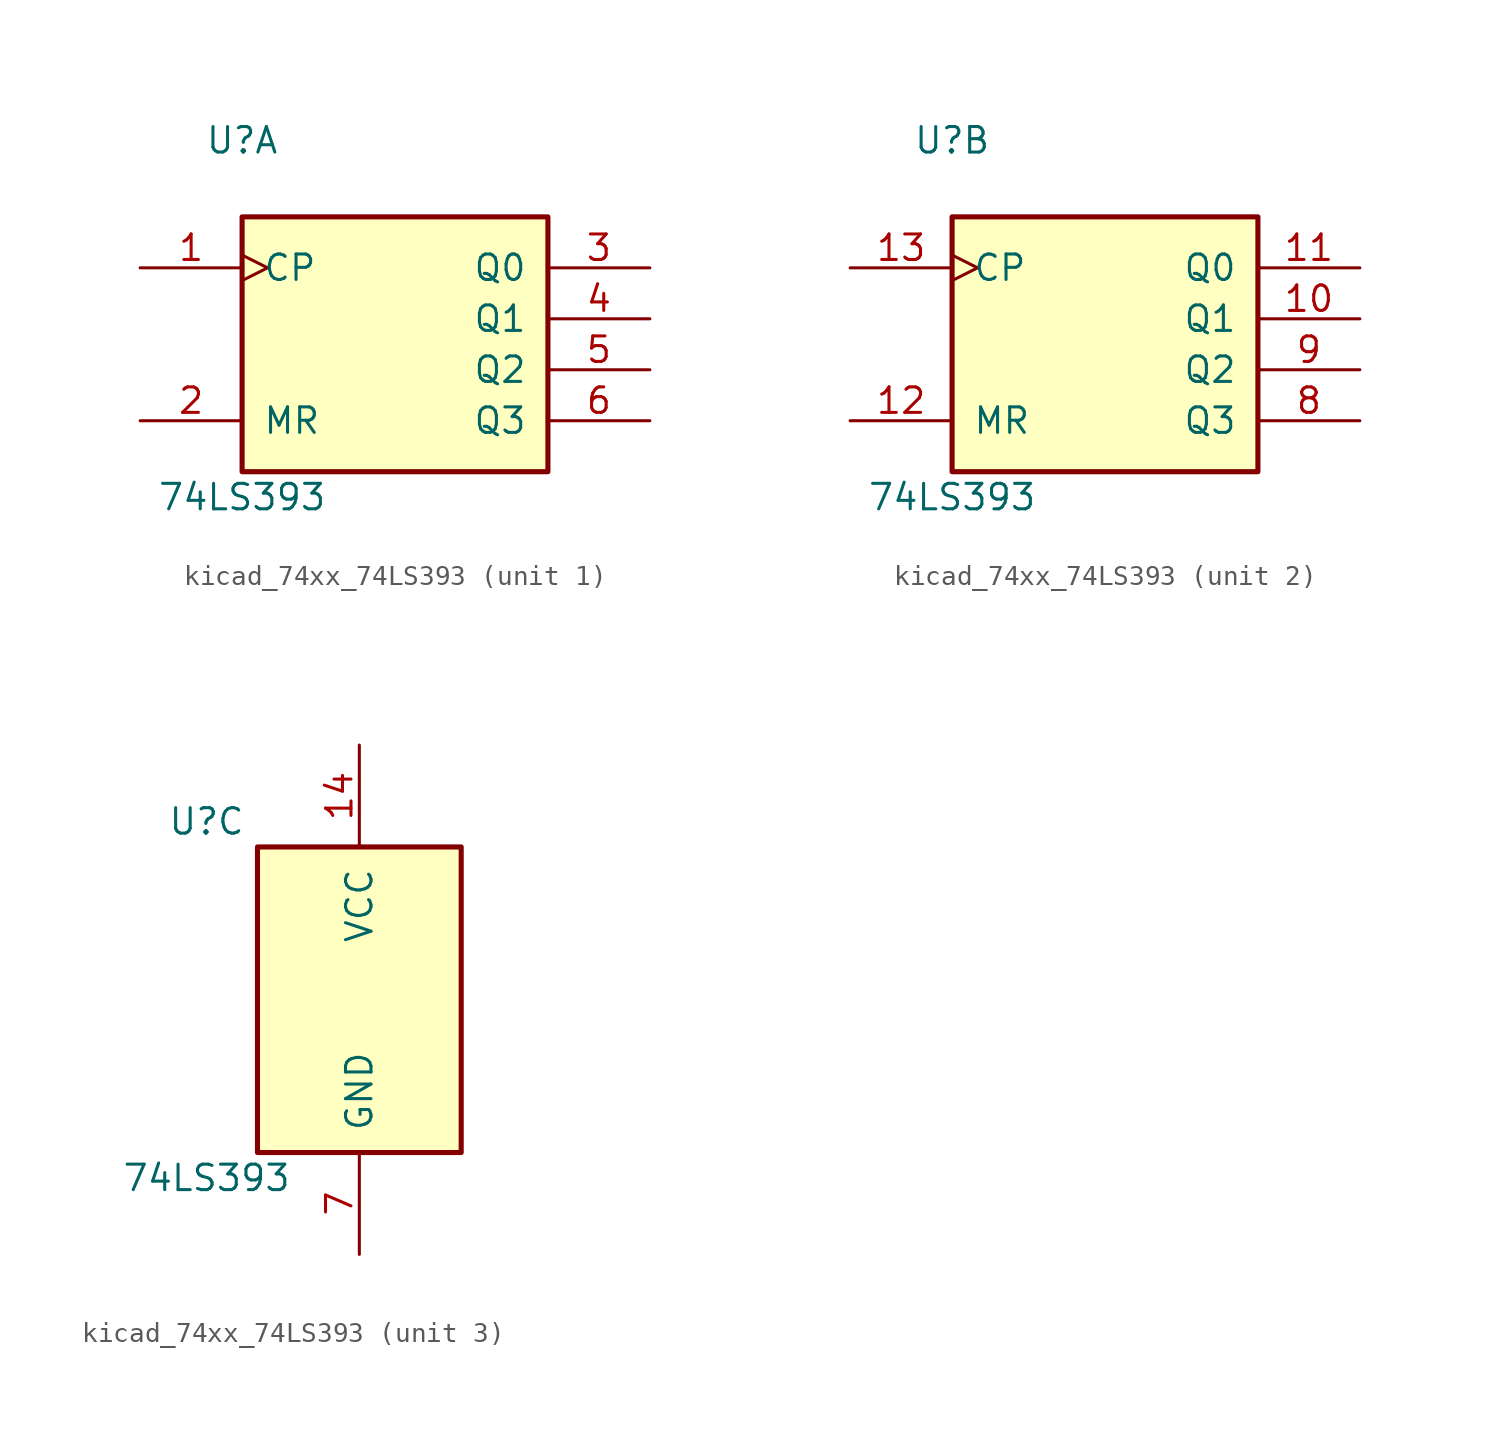
<source format=kicad_sym>
(kicad_symbol_lib
  (version 20220914)
  (generator kicad_symbol_editor)
  (symbol "kicad_74xx_74LS393"
    (pin_names
      (offset 1.016))
    (property "Reference" "U"
      (at -7.62 8.89 0)
      (effects (font (size 1.27 1.27))))
    (property "Value" "74LS393"
      (at -7.62 -8.89 0)
      (effects (font (size 1.27 1.27))))
    (property "ki_locked" ""
      (at 0 0 0)
      (effects (font (size 1.27 1.27))))
    (symbol "kicad_74xx_74LS393_1_0"
      (pin input clock (at -12.7 2.54 0) (length 5.08) (name "CP" (effects (font (size 1.27 1.27)))) (number "1" (effects (font (size 1.27 1.27)))))
      (pin input line (at -12.7 -5.08 0) (length 5.08) (name "MR" (effects (font (size 1.27 1.27)))) (number "2" (effects (font (size 1.27 1.27)))))
      (pin output line (at 12.7 2.54 180) (length 5.08) (name "Q0" (effects (font (size 1.27 1.27)))) (number "3" (effects (font (size 1.27 1.27)))))
      (pin output line (at 12.7 0 180) (length 5.08) (name "Q1" (effects (font (size 1.27 1.27)))) (number "4" (effects (font (size 1.27 1.27)))))
      (pin output line (at 12.7 -2.54 180) (length 5.08) (name "Q2" (effects (font (size 1.27 1.27)))) (number "5" (effects (font (size 1.27 1.27)))))
      (pin output line (at 12.7 -5.08 180) (length 5.08) (name "Q3" (effects (font (size 1.27 1.27)))) (number "6" (effects (font (size 1.27 1.27))))))
    (symbol "kicad_74xx_74LS393_1_1"
      (rectangle (start -7.62 5.08) (end 7.62 -7.62) (stroke (width 0.254) (type default)) (fill (type background))))
    (symbol "kicad_74xx_74LS393_2_0"
      (pin output line (at 12.7 0 180) (length 5.08) (name "Q1" (effects (font (size 1.27 1.27)))) (number "10" (effects (font (size 1.27 1.27)))))
      (pin output line (at 12.7 2.54 180) (length 5.08) (name "Q0" (effects (font (size 1.27 1.27)))) (number "11" (effects (font (size 1.27 1.27)))))
      (pin input line (at -12.7 -5.08 0) (length 5.08) (name "MR" (effects (font (size 1.27 1.27)))) (number "12" (effects (font (size 1.27 1.27)))))
      (pin input clock (at -12.7 2.54 0) (length 5.08) (name "CP" (effects (font (size 1.27 1.27)))) (number "13" (effects (font (size 1.27 1.27)))))
      (pin output line (at 12.7 -5.08 180) (length 5.08) (name "Q3" (effects (font (size 1.27 1.27)))) (number "8" (effects (font (size 1.27 1.27)))))
      (pin output line (at 12.7 -2.54 180) (length 5.08) (name "Q2" (effects (font (size 1.27 1.27)))) (number "9" (effects (font (size 1.27 1.27))))))
    (symbol "kicad_74xx_74LS393_2_1"
      (rectangle (start -7.62 5.08) (end 7.62 -7.62) (stroke (width 0.254) (type default)) (fill (type background))))
    (symbol "kicad_74xx_74LS393_3_0"
      (pin power_in line (at 0 12.7 270) (length 5.08) (name "VCC" (effects (font (size 1.27 1.27)))) (number "14" (effects (font (size 1.27 1.27)))))
      (pin power_in line (at 0 -12.7 90) (length 5.08) (name "GND" (effects (font (size 1.27 1.27)))) (number "7" (effects (font (size 1.27 1.27))))))
    (symbol "kicad_74xx_74LS393_3_1"
      (rectangle (start -5.08 7.62) (end 5.08 -7.62) (stroke (width 0.254) (type default)) (fill (type background))))))
</source>
